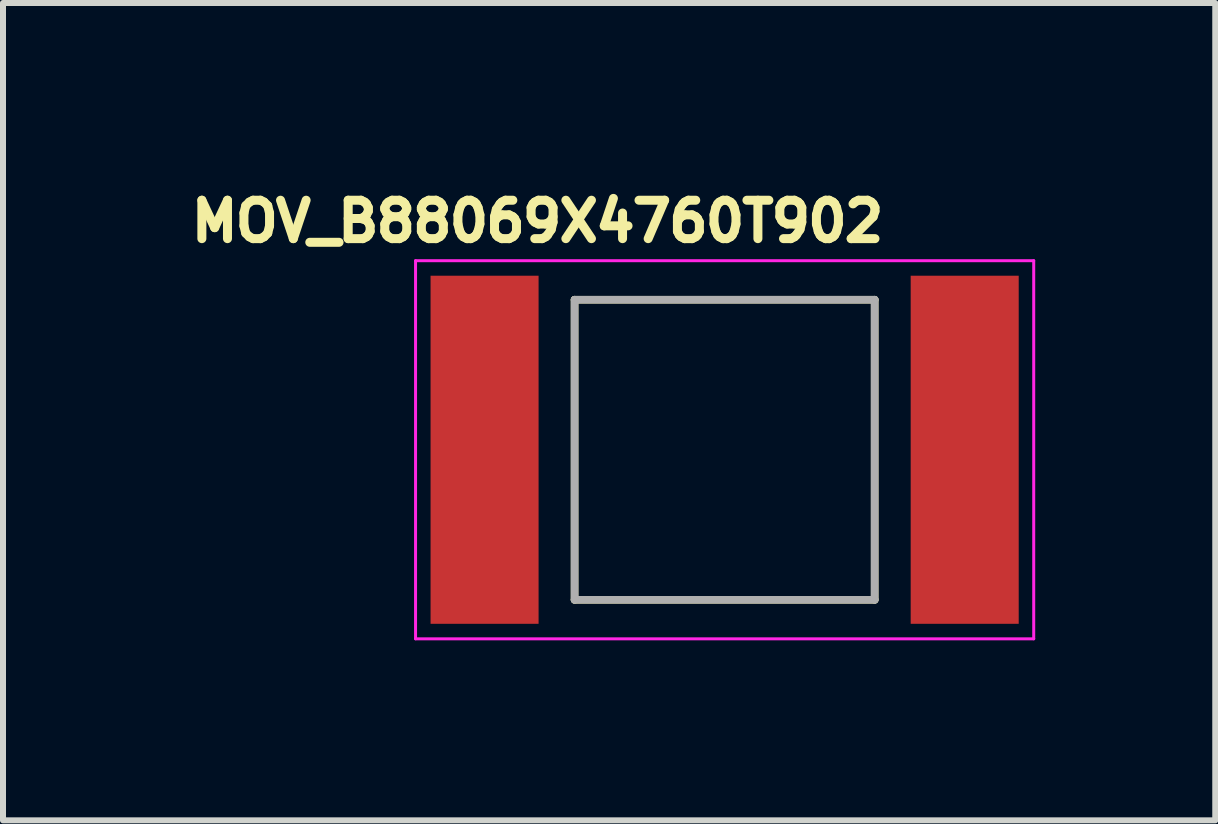
<source format=kicad_pcb>
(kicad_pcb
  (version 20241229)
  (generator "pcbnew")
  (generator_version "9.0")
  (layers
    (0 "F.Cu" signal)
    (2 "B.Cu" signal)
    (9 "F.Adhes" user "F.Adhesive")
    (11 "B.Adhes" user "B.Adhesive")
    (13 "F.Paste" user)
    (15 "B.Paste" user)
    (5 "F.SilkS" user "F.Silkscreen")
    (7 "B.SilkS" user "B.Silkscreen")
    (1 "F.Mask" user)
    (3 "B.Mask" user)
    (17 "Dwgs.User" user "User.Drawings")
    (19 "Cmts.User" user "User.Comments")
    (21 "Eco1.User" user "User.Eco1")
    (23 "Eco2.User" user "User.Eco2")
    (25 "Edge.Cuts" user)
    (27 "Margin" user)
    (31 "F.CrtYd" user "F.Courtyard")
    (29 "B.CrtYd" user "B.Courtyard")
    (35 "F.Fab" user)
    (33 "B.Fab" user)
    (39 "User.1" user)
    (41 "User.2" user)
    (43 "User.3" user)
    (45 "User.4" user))
  (footprint "MOV_B88069X4760T902"
    (layer "F.Cu")
    (at 9.024 4.444)
    (property "Reference" "MOV_B88069X4760T902" (at -3.118 -3.806 0) (layer "F.SilkS") (effects (font (size 0.64 0.64) (thickness 0.15))))
    (attr smd)
    (fp_line (start -2.5 -2.5) (end -2.5 2.5) (stroke (width 0.127) (type solid)) (layer "F.SilkS"))
    (fp_line (start -2.5 -2.5) (end 2.5 -2.5) (stroke (width 0.127) (type solid)) (layer "F.SilkS"))
    (fp_line (start -2.5 2.5) (end 2.5 2.5) (stroke (width 0.127) (type solid)) (layer "F.SilkS"))
    (fp_line (start 2.5 -2.5) (end 2.5 2.5) (stroke (width 0.127) (type solid)) (layer "F.SilkS"))
    (fp_line (start -5.15 -3.15) (end -5.15 3.15) (stroke (width 0.05) (type solid)) (layer "F.CrtYd"))
    (fp_line (start -5.15 3.15) (end 5.15 3.15) (stroke (width 0.05) (type solid)) (layer "F.CrtYd"))
    (fp_line (start 5.15 -3.15) (end -5.15 -3.15) (stroke (width 0.05) (type solid)) (layer "F.CrtYd"))
    (fp_line (start 5.15 3.15) (end 5.15 -3.15) (stroke (width 0.05) (type solid)) (layer "F.CrtYd"))
    (fp_line (start -2.5 -2.5) (end -2.5 2.5) (stroke (width 0.127) (type solid)) (layer "F.Fab"))
    (fp_line (start -2.5 -2.5) (end 2.5 -2.5) (stroke (width 0.127) (type solid)) (layer "F.Fab"))
    (fp_line (start -2.5 2.5) (end 2.5 2.5) (stroke (width 0.127) (type solid)) (layer "F.Fab"))
    (fp_line (start 2.5 -2.5) (end 2.5 2.5) (stroke (width 0.127) (type solid)) (layer "F.Fab"))
    (pad "1" smd rect (at -4 0) (size 1.8 5.8) (layers "F.Cu" "F.Mask" "F.Paste"))
    (pad "3" smd rect (at 4 0) (size 1.8 5.8) (layers "F.Cu" "F.Mask" "F.Paste")))
  (gr_rect
    (start -3 -3)
    (end 17.199 10.619)
    (stroke (width 0.1) (type default))
    (fill no)
    (layer "Edge.Cuts")))
</source>
